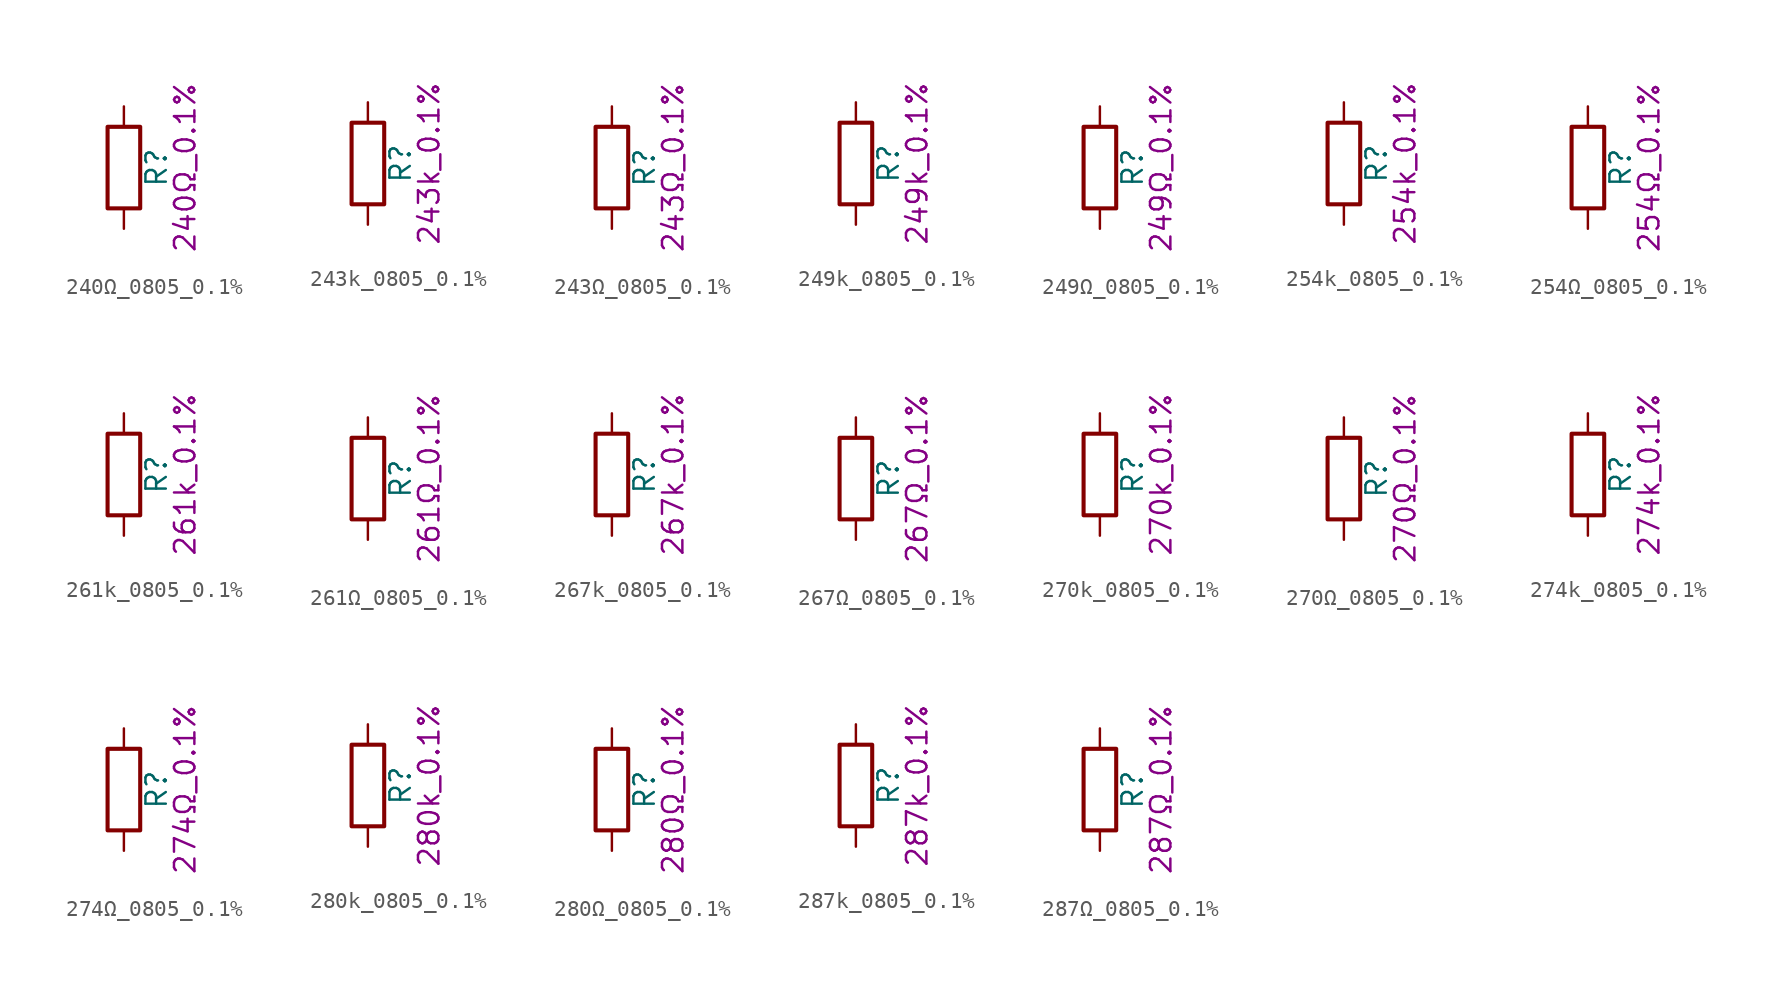
<source format=kicad_sym>
(kicad_symbol_lib
  (version 20211014)
  (generator kicad_symbol_editor)
  (symbol "240Ω_0805_0.1%"
    (pin_numbers hide)
    (pin_names
      (offset 0))
    (property "Reference" "R"
      (at 2.032 0 90)
      (effects (font (size 1.27 1.27))))
    (property "Display" "240Ω_0.1%"
      (at 3.81 0 90)
      (effects (font (size 1.27 1.27))))
    (symbol "240Ω_0805_0.1%_0_1"
      (rectangle (start -1.016 -2.54) (end 1.016 2.54) (stroke (width 0.254) (type default) (color 0 0 0 0)) (fill (type none))))
    (symbol "240Ω_0805_0.1%_1_1"
      (pin passive line (at 0 3.81 270) (length 1.27) (name "~" (effects (font (size 1.27 1.27)))) (number "1" (effects (font (size 1.27 1.27)))))
      (pin passive line (at 0 -3.81 90) (length 1.27) (name "~" (effects (font (size 1.27 1.27)))) (number "2" (effects (font (size 1.27 1.27)))))))
  (symbol "243k_0805_0.1%"
    (pin_numbers hide)
    (pin_names
      (offset 0))
    (property "Reference" "R"
      (at 2.032 0 90)
      (effects (font (size 1.27 1.27))))
    (property "Display" "243k_0.1%"
      (at 3.81 0 90)
      (effects (font (size 1.27 1.27))))
    (symbol "243k_0805_0.1%_0_1"
      (rectangle (start -1.016 -2.54) (end 1.016 2.54) (stroke (width 0.254) (type default) (color 0 0 0 0)) (fill (type none))))
    (symbol "243k_0805_0.1%_1_1"
      (pin passive line (at 0 3.81 270) (length 1.27) (name "~" (effects (font (size 1.27 1.27)))) (number "1" (effects (font (size 1.27 1.27)))))
      (pin passive line (at 0 -3.81 90) (length 1.27) (name "~" (effects (font (size 1.27 1.27)))) (number "2" (effects (font (size 1.27 1.27)))))))
  (symbol "243Ω_0805_0.1%"
    (pin_numbers hide)
    (pin_names
      (offset 0))
    (property "Reference" "R"
      (at 2.032 0 90)
      (effects (font (size 1.27 1.27))))
    (property "Display" "243Ω_0.1%"
      (at 3.81 0 90)
      (effects (font (size 1.27 1.27))))
    (symbol "243Ω_0805_0.1%_0_1"
      (rectangle (start -1.016 -2.54) (end 1.016 2.54) (stroke (width 0.254) (type default) (color 0 0 0 0)) (fill (type none))))
    (symbol "243Ω_0805_0.1%_1_1"
      (pin passive line (at 0 3.81 270) (length 1.27) (name "~" (effects (font (size 1.27 1.27)))) (number "1" (effects (font (size 1.27 1.27)))))
      (pin passive line (at 0 -3.81 90) (length 1.27) (name "~" (effects (font (size 1.27 1.27)))) (number "2" (effects (font (size 1.27 1.27)))))))
  (symbol "249k_0805_0.1%"
    (pin_numbers hide)
    (pin_names
      (offset 0))
    (property "Reference" "R"
      (at 2.032 0 90)
      (effects (font (size 1.27 1.27))))
    (property "Display" "249k_0.1%"
      (at 3.81 0 90)
      (effects (font (size 1.27 1.27))))
    (symbol "249k_0805_0.1%_0_1"
      (rectangle (start -1.016 -2.54) (end 1.016 2.54) (stroke (width 0.254) (type default) (color 0 0 0 0)) (fill (type none))))
    (symbol "249k_0805_0.1%_1_1"
      (pin passive line (at 0 3.81 270) (length 1.27) (name "~" (effects (font (size 1.27 1.27)))) (number "1" (effects (font (size 1.27 1.27)))))
      (pin passive line (at 0 -3.81 90) (length 1.27) (name "~" (effects (font (size 1.27 1.27)))) (number "2" (effects (font (size 1.27 1.27)))))))
  (symbol "249Ω_0805_0.1%"
    (pin_numbers hide)
    (pin_names
      (offset 0))
    (property "Reference" "R"
      (at 2.032 0 90)
      (effects (font (size 1.27 1.27))))
    (property "Display" "249Ω_0.1%"
      (at 3.81 0 90)
      (effects (font (size 1.27 1.27))))
    (symbol "249Ω_0805_0.1%_0_1"
      (rectangle (start -1.016 -2.54) (end 1.016 2.54) (stroke (width 0.254) (type default) (color 0 0 0 0)) (fill (type none))))
    (symbol "249Ω_0805_0.1%_1_1"
      (pin passive line (at 0 3.81 270) (length 1.27) (name "~" (effects (font (size 1.27 1.27)))) (number "1" (effects (font (size 1.27 1.27)))))
      (pin passive line (at 0 -3.81 90) (length 1.27) (name "~" (effects (font (size 1.27 1.27)))) (number "2" (effects (font (size 1.27 1.27)))))))
  (symbol "254k_0805_0.1%"
    (pin_numbers hide)
    (pin_names
      (offset 0))
    (property "Reference" "R"
      (at 2.032 0 90)
      (effects (font (size 1.27 1.27))))
    (property "Display" "254k_0.1%"
      (at 3.81 0 90)
      (effects (font (size 1.27 1.27))))
    (symbol "254k_0805_0.1%_0_1"
      (rectangle (start -1.016 -2.54) (end 1.016 2.54) (stroke (width 0.254) (type default) (color 0 0 0 0)) (fill (type none))))
    (symbol "254k_0805_0.1%_1_1"
      (pin passive line (at 0 3.81 270) (length 1.27) (name "~" (effects (font (size 1.27 1.27)))) (number "1" (effects (font (size 1.27 1.27)))))
      (pin passive line (at 0 -3.81 90) (length 1.27) (name "~" (effects (font (size 1.27 1.27)))) (number "2" (effects (font (size 1.27 1.27)))))))
  (symbol "254Ω_0805_0.1%"
    (pin_numbers hide)
    (pin_names
      (offset 0))
    (property "Reference" "R"
      (at 2.032 0 90)
      (effects (font (size 1.27 1.27))))
    (property "Display" "254Ω_0.1%"
      (at 3.81 0 90)
      (effects (font (size 1.27 1.27))))
    (symbol "254Ω_0805_0.1%_0_1"
      (rectangle (start -1.016 -2.54) (end 1.016 2.54) (stroke (width 0.254) (type default) (color 0 0 0 0)) (fill (type none))))
    (symbol "254Ω_0805_0.1%_1_1"
      (pin passive line (at 0 3.81 270) (length 1.27) (name "~" (effects (font (size 1.27 1.27)))) (number "1" (effects (font (size 1.27 1.27)))))
      (pin passive line (at 0 -3.81 90) (length 1.27) (name "~" (effects (font (size 1.27 1.27)))) (number "2" (effects (font (size 1.27 1.27)))))))
  (symbol "261k_0805_0.1%"
    (pin_numbers hide)
    (pin_names
      (offset 0))
    (property "Reference" "R"
      (at 2.032 0 90)
      (effects (font (size 1.27 1.27))))
    (property "Display" "261k_0.1%"
      (at 3.81 0 90)
      (effects (font (size 1.27 1.27))))
    (symbol "261k_0805_0.1%_0_1"
      (rectangle (start -1.016 -2.54) (end 1.016 2.54) (stroke (width 0.254) (type default) (color 0 0 0 0)) (fill (type none))))
    (symbol "261k_0805_0.1%_1_1"
      (pin passive line (at 0 3.81 270) (length 1.27) (name "~" (effects (font (size 1.27 1.27)))) (number "1" (effects (font (size 1.27 1.27)))))
      (pin passive line (at 0 -3.81 90) (length 1.27) (name "~" (effects (font (size 1.27 1.27)))) (number "2" (effects (font (size 1.27 1.27)))))))
  (symbol "261Ω_0805_0.1%"
    (pin_numbers hide)
    (pin_names
      (offset 0))
    (property "Reference" "R"
      (at 2.032 0 90)
      (effects (font (size 1.27 1.27))))
    (property "Display" "261Ω_0.1%"
      (at 3.81 0 90)
      (effects (font (size 1.27 1.27))))
    (symbol "261Ω_0805_0.1%_0_1"
      (rectangle (start -1.016 -2.54) (end 1.016 2.54) (stroke (width 0.254) (type default) (color 0 0 0 0)) (fill (type none))))
    (symbol "261Ω_0805_0.1%_1_1"
      (pin passive line (at 0 3.81 270) (length 1.27) (name "~" (effects (font (size 1.27 1.27)))) (number "1" (effects (font (size 1.27 1.27)))))
      (pin passive line (at 0 -3.81 90) (length 1.27) (name "~" (effects (font (size 1.27 1.27)))) (number "2" (effects (font (size 1.27 1.27)))))))
  (symbol "267k_0805_0.1%"
    (pin_numbers hide)
    (pin_names
      (offset 0))
    (property "Reference" "R"
      (at 2.032 0 90)
      (effects (font (size 1.27 1.27))))
    (property "Display" "267k_0.1%"
      (at 3.81 0 90)
      (effects (font (size 1.27 1.27))))
    (symbol "267k_0805_0.1%_0_1"
      (rectangle (start -1.016 -2.54) (end 1.016 2.54) (stroke (width 0.254) (type default) (color 0 0 0 0)) (fill (type none))))
    (symbol "267k_0805_0.1%_1_1"
      (pin passive line (at 0 3.81 270) (length 1.27) (name "~" (effects (font (size 1.27 1.27)))) (number "1" (effects (font (size 1.27 1.27)))))
      (pin passive line (at 0 -3.81 90) (length 1.27) (name "~" (effects (font (size 1.27 1.27)))) (number "2" (effects (font (size 1.27 1.27)))))))
  (symbol "267Ω_0805_0.1%"
    (pin_numbers hide)
    (pin_names
      (offset 0))
    (property "Reference" "R"
      (at 2.032 0 90)
      (effects (font (size 1.27 1.27))))
    (property "Display" "267Ω_0.1%"
      (at 3.81 0 90)
      (effects (font (size 1.27 1.27))))
    (symbol "267Ω_0805_0.1%_0_1"
      (rectangle (start -1.016 -2.54) (end 1.016 2.54) (stroke (width 0.254) (type default) (color 0 0 0 0)) (fill (type none))))
    (symbol "267Ω_0805_0.1%_1_1"
      (pin passive line (at 0 3.81 270) (length 1.27) (name "~" (effects (font (size 1.27 1.27)))) (number "1" (effects (font (size 1.27 1.27)))))
      (pin passive line (at 0 -3.81 90) (length 1.27) (name "~" (effects (font (size 1.27 1.27)))) (number "2" (effects (font (size 1.27 1.27)))))))
  (symbol "270k_0805_0.1%"
    (pin_numbers hide)
    (pin_names
      (offset 0))
    (property "Reference" "R"
      (at 2.032 0 90)
      (effects (font (size 1.27 1.27))))
    (property "Display" "270k_0.1%"
      (at 3.81 0 90)
      (effects (font (size 1.27 1.27))))
    (symbol "270k_0805_0.1%_0_1"
      (rectangle (start -1.016 -2.54) (end 1.016 2.54) (stroke (width 0.254) (type default) (color 0 0 0 0)) (fill (type none))))
    (symbol "270k_0805_0.1%_1_1"
      (pin passive line (at 0 3.81 270) (length 1.27) (name "~" (effects (font (size 1.27 1.27)))) (number "1" (effects (font (size 1.27 1.27)))))
      (pin passive line (at 0 -3.81 90) (length 1.27) (name "~" (effects (font (size 1.27 1.27)))) (number "2" (effects (font (size 1.27 1.27)))))))
  (symbol "270Ω_0805_0.1%"
    (pin_numbers hide)
    (pin_names
      (offset 0))
    (property "Reference" "R"
      (at 2.032 0 90)
      (effects (font (size 1.27 1.27))))
    (property "Display" "270Ω_0.1%"
      (at 3.81 0 90)
      (effects (font (size 1.27 1.27))))
    (symbol "270Ω_0805_0.1%_0_1"
      (rectangle (start -1.016 -2.54) (end 1.016 2.54) (stroke (width 0.254) (type default) (color 0 0 0 0)) (fill (type none))))
    (symbol "270Ω_0805_0.1%_1_1"
      (pin passive line (at 0 3.81 270) (length 1.27) (name "~" (effects (font (size 1.27 1.27)))) (number "1" (effects (font (size 1.27 1.27)))))
      (pin passive line (at 0 -3.81 90) (length 1.27) (name "~" (effects (font (size 1.27 1.27)))) (number "2" (effects (font (size 1.27 1.27)))))))
  (symbol "274k_0805_0.1%"
    (pin_numbers hide)
    (pin_names
      (offset 0))
    (property "Reference" "R"
      (at 2.032 0 90)
      (effects (font (size 1.27 1.27))))
    (property "Display" "274k_0.1%"
      (at 3.81 0 90)
      (effects (font (size 1.27 1.27))))
    (symbol "274k_0805_0.1%_0_1"
      (rectangle (start -1.016 -2.54) (end 1.016 2.54) (stroke (width 0.254) (type default) (color 0 0 0 0)) (fill (type none))))
    (symbol "274k_0805_0.1%_1_1"
      (pin passive line (at 0 3.81 270) (length 1.27) (name "~" (effects (font (size 1.27 1.27)))) (number "1" (effects (font (size 1.27 1.27)))))
      (pin passive line (at 0 -3.81 90) (length 1.27) (name "~" (effects (font (size 1.27 1.27)))) (number "2" (effects (font (size 1.27 1.27)))))))
  (symbol "274Ω_0805_0.1%"
    (pin_numbers hide)
    (pin_names
      (offset 0))
    (property "Reference" "R"
      (at 2.032 0 90)
      (effects (font (size 1.27 1.27))))
    (property "Display" "274Ω_0.1%"
      (at 3.81 0 90)
      (effects (font (size 1.27 1.27))))
    (symbol "274Ω_0805_0.1%_0_1"
      (rectangle (start -1.016 -2.54) (end 1.016 2.54) (stroke (width 0.254) (type default) (color 0 0 0 0)) (fill (type none))))
    (symbol "274Ω_0805_0.1%_1_1"
      (pin passive line (at 0 3.81 270) (length 1.27) (name "~" (effects (font (size 1.27 1.27)))) (number "1" (effects (font (size 1.27 1.27)))))
      (pin passive line (at 0 -3.81 90) (length 1.27) (name "~" (effects (font (size 1.27 1.27)))) (number "2" (effects (font (size 1.27 1.27)))))))
  (symbol "280k_0805_0.1%"
    (pin_numbers hide)
    (pin_names
      (offset 0))
    (property "Reference" "R"
      (at 2.032 0 90)
      (effects (font (size 1.27 1.27))))
    (property "Display" "280k_0.1%"
      (at 3.81 0 90)
      (effects (font (size 1.27 1.27))))
    (symbol "280k_0805_0.1%_0_1"
      (rectangle (start -1.016 -2.54) (end 1.016 2.54) (stroke (width 0.254) (type default) (color 0 0 0 0)) (fill (type none))))
    (symbol "280k_0805_0.1%_1_1"
      (pin passive line (at 0 3.81 270) (length 1.27) (name "~" (effects (font (size 1.27 1.27)))) (number "1" (effects (font (size 1.27 1.27)))))
      (pin passive line (at 0 -3.81 90) (length 1.27) (name "~" (effects (font (size 1.27 1.27)))) (number "2" (effects (font (size 1.27 1.27)))))))
  (symbol "280Ω_0805_0.1%"
    (pin_numbers hide)
    (pin_names
      (offset 0))
    (property "Reference" "R"
      (at 2.032 0 90)
      (effects (font (size 1.27 1.27))))
    (property "Display" "280Ω_0.1%"
      (at 3.81 0 90)
      (effects (font (size 1.27 1.27))))
    (symbol "280Ω_0805_0.1%_0_1"
      (rectangle (start -1.016 -2.54) (end 1.016 2.54) (stroke (width 0.254) (type default) (color 0 0 0 0)) (fill (type none))))
    (symbol "280Ω_0805_0.1%_1_1"
      (pin passive line (at 0 3.81 270) (length 1.27) (name "~" (effects (font (size 1.27 1.27)))) (number "1" (effects (font (size 1.27 1.27)))))
      (pin passive line (at 0 -3.81 90) (length 1.27) (name "~" (effects (font (size 1.27 1.27)))) (number "2" (effects (font (size 1.27 1.27)))))))
  (symbol "287k_0805_0.1%"
    (pin_numbers hide)
    (pin_names
      (offset 0))
    (property "Reference" "R"
      (at 2.032 0 90)
      (effects (font (size 1.27 1.27))))
    (property "Display" "287k_0.1%"
      (at 3.81 0 90)
      (effects (font (size 1.27 1.27))))
    (symbol "287k_0805_0.1%_0_1"
      (rectangle (start -1.016 -2.54) (end 1.016 2.54) (stroke (width 0.254) (type default) (color 0 0 0 0)) (fill (type none))))
    (symbol "287k_0805_0.1%_1_1"
      (pin passive line (at 0 3.81 270) (length 1.27) (name "~" (effects (font (size 1.27 1.27)))) (number "1" (effects (font (size 1.27 1.27)))))
      (pin passive line (at 0 -3.81 90) (length 1.27) (name "~" (effects (font (size 1.27 1.27)))) (number "2" (effects (font (size 1.27 1.27)))))))
  (symbol "287Ω_0805_0.1%"
    (pin_numbers hide)
    (pin_names
      (offset 0))
    (property "Reference" "R"
      (at 2.032 0 90)
      (effects (font (size 1.27 1.27))))
    (property "Display" "287Ω_0.1%"
      (at 3.81 0 90)
      (effects (font (size 1.27 1.27))))
    (symbol "287Ω_0805_0.1%_0_1"
      (rectangle (start -1.016 -2.54) (end 1.016 2.54) (stroke (width 0.254) (type default) (color 0 0 0 0)) (fill (type none))))
    (symbol "287Ω_0805_0.1%_1_1"
      (pin passive line (at 0 3.81 270) (length 1.27) (name "~" (effects (font (size 1.27 1.27)))) (number "1" (effects (font (size 1.27 1.27)))))
      (pin passive line (at 0 -3.81 90) (length 1.27) (name "~" (effects (font (size 1.27 1.27)))) (number "2" (effects (font (size 1.27 1.27))))))))
</source>
